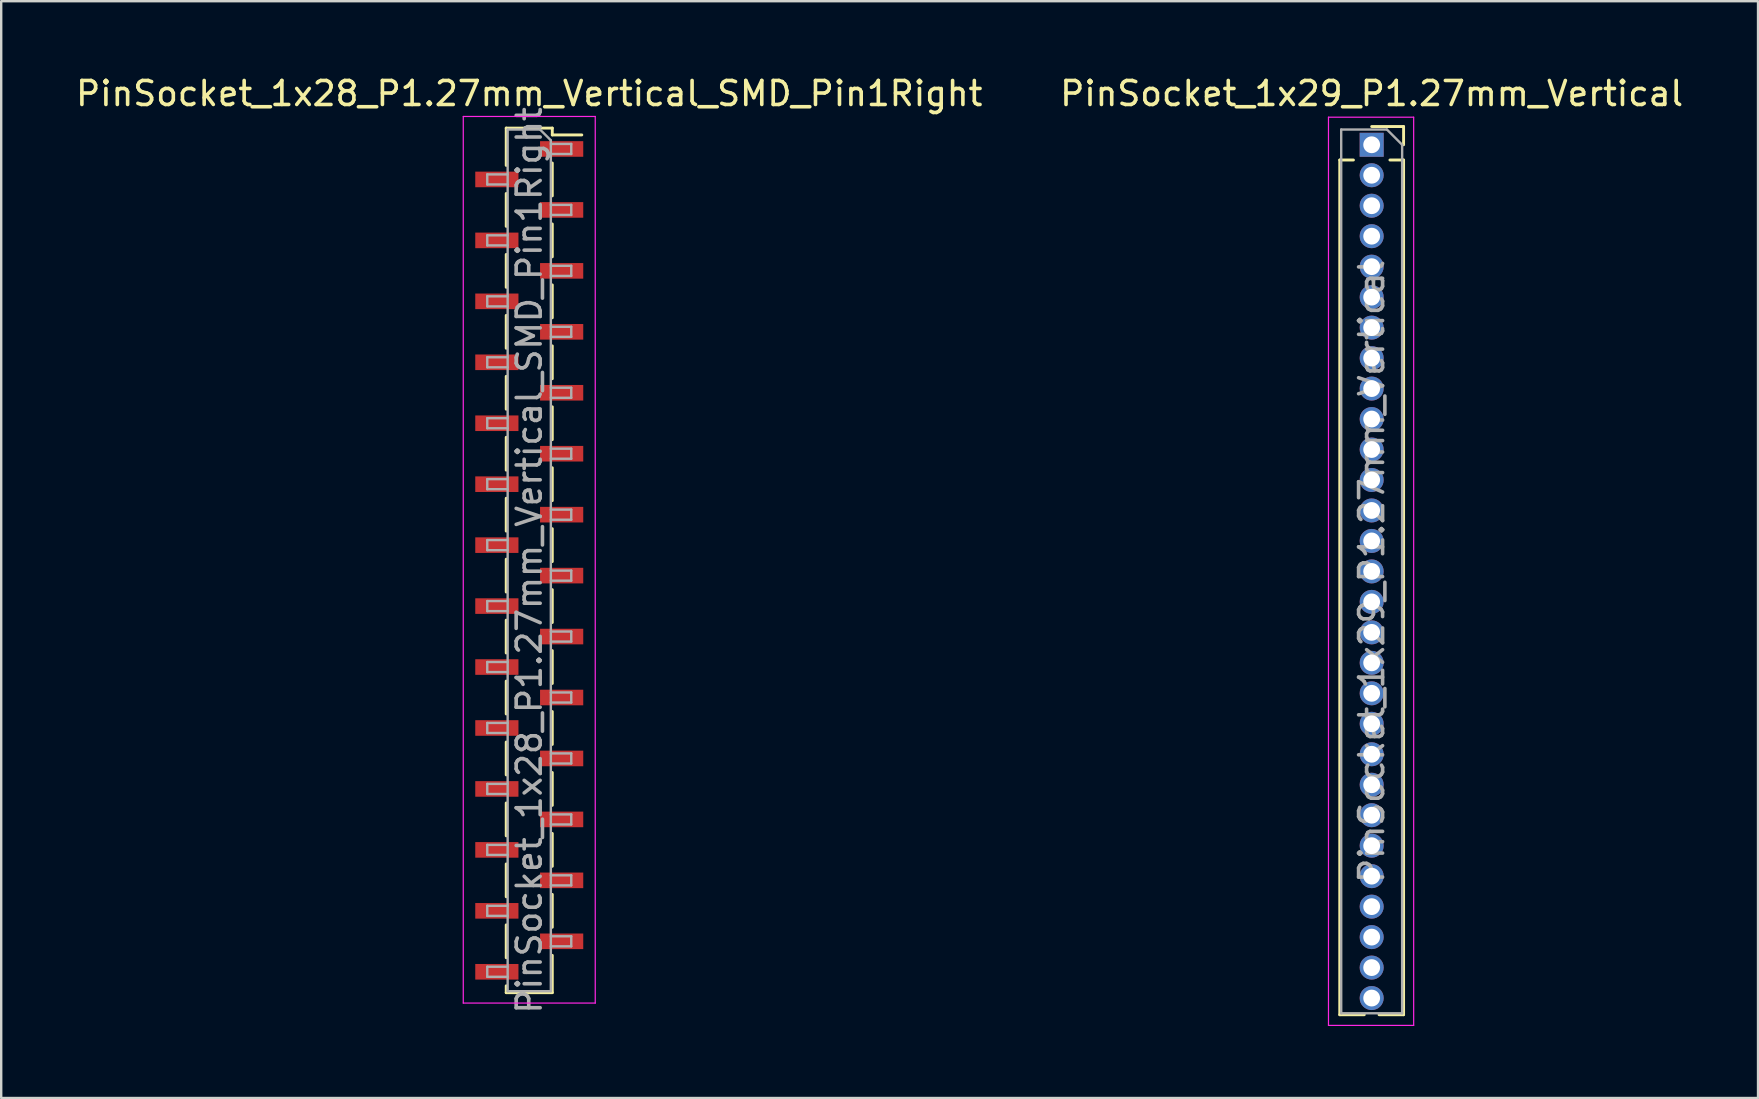
<source format=kicad_pcb>
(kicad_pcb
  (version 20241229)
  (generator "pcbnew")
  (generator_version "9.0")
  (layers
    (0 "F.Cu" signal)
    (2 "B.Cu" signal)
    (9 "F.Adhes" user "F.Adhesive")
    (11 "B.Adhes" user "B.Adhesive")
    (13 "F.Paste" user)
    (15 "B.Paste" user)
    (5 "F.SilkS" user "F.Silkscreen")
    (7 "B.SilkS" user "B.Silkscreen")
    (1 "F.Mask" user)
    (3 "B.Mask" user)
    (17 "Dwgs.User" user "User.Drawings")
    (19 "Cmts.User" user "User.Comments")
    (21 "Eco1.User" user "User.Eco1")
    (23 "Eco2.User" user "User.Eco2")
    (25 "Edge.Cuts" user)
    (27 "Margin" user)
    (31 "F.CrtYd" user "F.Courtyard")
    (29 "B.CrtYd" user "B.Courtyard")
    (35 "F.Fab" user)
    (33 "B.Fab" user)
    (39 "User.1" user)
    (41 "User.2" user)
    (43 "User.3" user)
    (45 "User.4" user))
  (footprint "PinSocket_1x29_P1.27mm_Vertical"
    (layer "F.Cu")
    (at 54.113 2.983)
    (property "Reference" "PinSocket_1x29_P1.27mm_Vertical" (at 0 -2.135 0) (layer "F.SilkS") (effects (font (size 1 1) (thickness 0.15))))
    (attr through_hole)
    (fp_line (start -1.33 0.635) (end -1.33 36.255) (stroke (width 0.12) (type solid)) (layer "F.SilkS"))
    (fp_line (start -1.33 0.635) (end -0.76 0.635) (stroke (width 0.12) (type solid)) (layer "F.SilkS"))
    (fp_line (start -1.33 36.255) (end -0.308 36.255) (stroke (width 0.12) (type solid)) (layer "F.SilkS"))
    (fp_line (start 0 -0.76) (end 1.33 -0.76) (stroke (width 0.12) (type solid)) (layer "F.SilkS"))
    (fp_line (start 0.308 36.255) (end 1.33 36.255) (stroke (width 0.12) (type solid)) (layer "F.SilkS"))
    (fp_line (start 0.76 0.635) (end 1.33 0.635) (stroke (width 0.12) (type solid)) (layer "F.SilkS"))
    (fp_line (start 1.33 -0.76) (end 1.33 0) (stroke (width 0.12) (type solid)) (layer "F.SilkS"))
    (fp_line (start 1.33 0.635) (end 1.33 36.255) (stroke (width 0.12) (type solid)) (layer "F.SilkS"))
    (fp_line (start -1.8 -1.15) (end 1.75 -1.15) (stroke (width 0.05) (type solid)) (layer "F.CrtYd"))
    (fp_line (start -1.8 36.7) (end -1.8 -1.15) (stroke (width 0.05) (type solid)) (layer "F.CrtYd"))
    (fp_line (start 1.75 -1.15) (end 1.75 36.7) (stroke (width 0.05) (type solid)) (layer "F.CrtYd"))
    (fp_line (start 1.75 36.7) (end -1.8 36.7) (stroke (width 0.05) (type solid)) (layer "F.CrtYd"))
    (fp_line (start -1.27 -0.635) (end 0.635 -0.635) (stroke (width 0.1) (type solid)) (layer "F.Fab"))
    (fp_line (start -1.27 36.195) (end -1.27 -0.635) (stroke (width 0.1) (type solid)) (layer "F.Fab"))
    (fp_line (start 0.635 -0.635) (end 1.27 0) (stroke (width 0.1) (type solid)) (layer "F.Fab"))
    (fp_line (start 1.27 0) (end 1.27 36.195) (stroke (width 0.1) (type solid)) (layer "F.Fab"))
    (fp_line (start 1.27 36.195) (end -1.27 36.195) (stroke (width 0.1) (type solid)) (layer "F.Fab"))
    (fp_text user "${REFERENCE}" (at 0 17.78 90) (layer "F.Fab") (effects (font (size 1 1) (thickness 0.15))))
    (pad "1" thru_hole rect (at 0 0) (size 1 1) (drill 0.7) (layers "*.Cu" "*.Mask"))
    (pad "2" thru_hole oval (at 0 1.27) (size 1 1) (drill 0.7) (layers "*.Cu" "*.Mask"))
    (pad "3" thru_hole oval (at 0 2.54) (size 1 1) (drill 0.7) (layers "*.Cu" "*.Mask"))
    (pad "4" thru_hole oval (at 0 3.81) (size 1 1) (drill 0.7) (layers "*.Cu" "*.Mask"))
    (pad "5" thru_hole oval (at 0 5.08) (size 1 1) (drill 0.7) (layers "*.Cu" "*.Mask"))
    (pad "6" thru_hole oval (at 0 6.35) (size 1 1) (drill 0.7) (layers "*.Cu" "*.Mask"))
    (pad "7" thru_hole oval (at 0 7.62) (size 1 1) (drill 0.7) (layers "*.Cu" "*.Mask"))
    (pad "8" thru_hole oval (at 0 8.89) (size 1 1) (drill 0.7) (layers "*.Cu" "*.Mask"))
    (pad "9" thru_hole oval (at 0 10.16) (size 1 1) (drill 0.7) (layers "*.Cu" "*.Mask"))
    (pad "10" thru_hole oval (at 0 11.43) (size 1 1) (drill 0.7) (layers "*.Cu" "*.Mask"))
    (pad "11" thru_hole oval (at 0 12.7) (size 1 1) (drill 0.7) (layers "*.Cu" "*.Mask"))
    (pad "12" thru_hole oval (at 0 13.97) (size 1 1) (drill 0.7) (layers "*.Cu" "*.Mask"))
    (pad "13" thru_hole oval (at 0 15.24) (size 1 1) (drill 0.7) (layers "*.Cu" "*.Mask"))
    (pad "14" thru_hole oval (at 0 16.51) (size 1 1) (drill 0.7) (layers "*.Cu" "*.Mask"))
    (pad "15" thru_hole oval (at 0 17.78) (size 1 1) (drill 0.7) (layers "*.Cu" "*.Mask"))
    (pad "16" thru_hole oval (at 0 19.05) (size 1 1) (drill 0.7) (layers "*.Cu" "*.Mask"))
    (pad "17" thru_hole oval (at 0 20.32) (size 1 1) (drill 0.7) (layers "*.Cu" "*.Mask"))
    (pad "18" thru_hole oval (at 0 21.59) (size 1 1) (drill 0.7) (layers "*.Cu" "*.Mask"))
    (pad "19" thru_hole oval (at 0 22.86) (size 1 1) (drill 0.7) (layers "*.Cu" "*.Mask"))
    (pad "20" thru_hole oval (at 0 24.13) (size 1 1) (drill 0.7) (layers "*.Cu" "*.Mask"))
    (pad "21" thru_hole oval (at 0 25.4) (size 1 1) (drill 0.7) (layers "*.Cu" "*.Mask"))
    (pad "22" thru_hole oval (at 0 26.67) (size 1 1) (drill 0.7) (layers "*.Cu" "*.Mask"))
    (pad "23" thru_hole oval (at 0 27.94) (size 1 1) (drill 0.7) (layers "*.Cu" "*.Mask"))
    (pad "24" thru_hole oval (at 0 29.21) (size 1 1) (drill 0.7) (layers "*.Cu" "*.Mask"))
    (pad "25" thru_hole oval (at 0 30.48) (size 1 1) (drill 0.7) (layers "*.Cu" "*.Mask"))
    (pad "26" thru_hole oval (at 0 31.75) (size 1 1) (drill 0.7) (layers "*.Cu" "*.Mask"))
    (pad "27" thru_hole oval (at 0 33.02) (size 1 1) (drill 0.7) (layers "*.Cu" "*.Mask"))
    (pad "28" thru_hole oval (at 0 34.29) (size 1 1) (drill 0.7) (layers "*.Cu" "*.Mask"))
    (pad "29" thru_hole oval (at 0 35.56) (size 1 1) (drill 0.7) (layers "*.Cu" "*.Mask")))
  (footprint "PinSocket_1x28_P1.27mm_Vertical_SMD_Pin1Right"
    (layer "F.Cu")
    (at 19.006 20.303)
    (property "Reference" "PinSocket_1x28_P1.27mm_Vertical_SMD_Pin1Right" (at 0 -19.455 0) (layer "F.SilkS") (effects (font (size 1 1) (thickness 0.15))))
    (attr smd)
    (fp_line (start -0.96 -18.015) (end -0.96 -16.46) (stroke (width 0.12) (type solid)) (layer "F.SilkS"))
    (fp_line (start -0.96 -18.015) (end 0.96 -18.015) (stroke (width 0.12) (type solid)) (layer "F.SilkS"))
    (fp_line (start -0.96 -15.29) (end -0.96 -13.92) (stroke (width 0.12) (type solid)) (layer "F.SilkS"))
    (fp_line (start -0.96 -12.75) (end -0.96 -11.38) (stroke (width 0.12) (type solid)) (layer "F.SilkS"))
    (fp_line (start -0.96 -10.21) (end -0.96 -8.84) (stroke (width 0.12) (type solid)) (layer "F.SilkS"))
    (fp_line (start -0.96 -7.67) (end -0.96 -6.3) (stroke (width 0.12) (type solid)) (layer "F.SilkS"))
    (fp_line (start -0.96 -5.13) (end -0.96 -3.76) (stroke (width 0.12) (type solid)) (layer "F.SilkS"))
    (fp_line (start -0.96 -2.59) (end -0.96 -1.22) (stroke (width 0.12) (type solid)) (layer "F.SilkS"))
    (fp_line (start -0.96 -0.05) (end -0.96 1.32) (stroke (width 0.12) (type solid)) (layer "F.SilkS"))
    (fp_line (start -0.96 2.49) (end -0.96 3.86) (stroke (width 0.12) (type solid)) (layer "F.SilkS"))
    (fp_line (start -0.96 5.03) (end -0.96 6.4) (stroke (width 0.12) (type solid)) (layer "F.SilkS"))
    (fp_line (start -0.96 7.57) (end -0.96 8.94) (stroke (width 0.12) (type solid)) (layer "F.SilkS"))
    (fp_line (start -0.96 10.11) (end -0.96 11.48) (stroke (width 0.12) (type solid)) (layer "F.SilkS"))
    (fp_line (start -0.96 12.65) (end -0.96 14.02) (stroke (width 0.12) (type solid)) (layer "F.SilkS"))
    (fp_line (start -0.96 15.19) (end -0.96 16.56) (stroke (width 0.12) (type solid)) (layer "F.SilkS"))
    (fp_line (start -0.96 17.73) (end -0.96 18.015) (stroke (width 0.12) (type solid)) (layer "F.SilkS"))
    (fp_line (start -0.96 18.015) (end 0.96 18.015) (stroke (width 0.12) (type solid)) (layer "F.SilkS"))
    (fp_line (start 0.96 -18.015) (end 0.96 -17.73) (stroke (width 0.12) (type solid)) (layer "F.SilkS"))
    (fp_line (start 0.96 -17.73) (end 2.19 -17.73) (stroke (width 0.12) (type solid)) (layer "F.SilkS"))
    (fp_line (start 0.96 -16.56) (end 0.96 -15.19) (stroke (width 0.12) (type solid)) (layer "F.SilkS"))
    (fp_line (start 0.96 -14.02) (end 0.96 -12.65) (stroke (width 0.12) (type solid)) (layer "F.SilkS"))
    (fp_line (start 0.96 -11.48) (end 0.96 -10.11) (stroke (width 0.12) (type solid)) (layer "F.SilkS"))
    (fp_line (start 0.96 -8.94) (end 0.96 -7.57) (stroke (width 0.12) (type solid)) (layer "F.SilkS"))
    (fp_line (start 0.96 -6.4) (end 0.96 -5.03) (stroke (width 0.12) (type solid)) (layer "F.SilkS"))
    (fp_line (start 0.96 -3.86) (end 0.96 -2.49) (stroke (width 0.12) (type solid)) (layer "F.SilkS"))
    (fp_line (start 0.96 -1.32) (end 0.96 0.05) (stroke (width 0.12) (type solid)) (layer "F.SilkS"))
    (fp_line (start 0.96 1.22) (end 0.96 2.59) (stroke (width 0.12) (type solid)) (layer "F.SilkS"))
    (fp_line (start 0.96 3.76) (end 0.96 5.13) (stroke (width 0.12) (type solid)) (layer "F.SilkS"))
    (fp_line (start 0.96 6.3) (end 0.96 7.67) (stroke (width 0.12) (type solid)) (layer "F.SilkS"))
    (fp_line (start 0.96 8.84) (end 0.96 10.21) (stroke (width 0.12) (type solid)) (layer "F.SilkS"))
    (fp_line (start 0.96 11.38) (end 0.96 12.75) (stroke (width 0.12) (type solid)) (layer "F.SilkS"))
    (fp_line (start 0.96 13.92) (end 0.96 15.29) (stroke (width 0.12) (type solid)) (layer "F.SilkS"))
    (fp_line (start 0.96 16.46) (end 0.96 18.015) (stroke (width 0.12) (type solid)) (layer "F.SilkS"))
    (fp_line (start -2.75 -18.5) (end 2.75 -18.5) (stroke (width 0.05) (type solid)) (layer "F.CrtYd"))
    (fp_line (start -2.75 18.45) (end -2.75 -18.5) (stroke (width 0.05) (type solid)) (layer "F.CrtYd"))
    (fp_line (start 2.75 -18.5) (end 2.75 18.45) (stroke (width 0.05) (type solid)) (layer "F.CrtYd"))
    (fp_line (start 2.75 18.45) (end -2.75 18.45) (stroke (width 0.05) (type solid)) (layer "F.CrtYd"))
    (fp_line (start -1.75 -16.085) (end -0.9 -16.085) (stroke (width 0.1) (type solid)) (layer "F.Fab"))
    (fp_line (start -1.75 -15.665) (end -1.75 -16.085) (stroke (width 0.1) (type solid)) (layer "F.Fab"))
    (fp_line (start -1.75 -13.545) (end -0.9 -13.545) (stroke (width 0.1) (type solid)) (layer "F.Fab"))
    (fp_line (start -1.75 -13.125) (end -1.75 -13.545) (stroke (width 0.1) (type solid)) (layer "F.Fab"))
    (fp_line (start -1.75 -11.005) (end -0.9 -11.005) (stroke (width 0.1) (type solid)) (layer "F.Fab"))
    (fp_line (start -1.75 -10.585) (end -1.75 -11.005) (stroke (width 0.1) (type solid)) (layer "F.Fab"))
    (fp_line (start -1.75 -8.465) (end -0.9 -8.465) (stroke (width 0.1) (type solid)) (layer "F.Fab"))
    (fp_line (start -1.75 -8.045) (end -1.75 -8.465) (stroke (width 0.1) (type solid)) (layer "F.Fab"))
    (fp_line (start -1.75 -5.925) (end -0.9 -5.925) (stroke (width 0.1) (type solid)) (layer "F.Fab"))
    (fp_line (start -1.75 -5.505) (end -1.75 -5.925) (stroke (width 0.1) (type solid)) (layer "F.Fab"))
    (fp_line (start -1.75 -3.385) (end -0.9 -3.385) (stroke (width 0.1) (type solid)) (layer "F.Fab"))
    (fp_line (start -1.75 -2.965) (end -1.75 -3.385) (stroke (width 0.1) (type solid)) (layer "F.Fab"))
    (fp_line (start -1.75 -0.845) (end -0.9 -0.845) (stroke (width 0.1) (type solid)) (layer "F.Fab"))
    (fp_line (start -1.75 -0.425) (end -1.75 -0.845) (stroke (width 0.1) (type solid)) (layer "F.Fab"))
    (fp_line (start -1.75 1.695) (end -0.9 1.695) (stroke (width 0.1) (type solid)) (layer "F.Fab"))
    (fp_line (start -1.75 2.115) (end -1.75 1.695) (stroke (width 0.1) (type solid)) (layer "F.Fab"))
    (fp_line (start -1.75 4.235) (end -0.9 4.235) (stroke (width 0.1) (type solid)) (layer "F.Fab"))
    (fp_line (start -1.75 4.655) (end -1.75 4.235) (stroke (width 0.1) (type solid)) (layer "F.Fab"))
    (fp_line (start -1.75 6.775) (end -0.9 6.775) (stroke (width 0.1) (type solid)) (layer "F.Fab"))
    (fp_line (start -1.75 7.195) (end -1.75 6.775) (stroke (width 0.1) (type solid)) (layer "F.Fab"))
    (fp_line (start -1.75 9.315) (end -0.9 9.315) (stroke (width 0.1) (type solid)) (layer "F.Fab"))
    (fp_line (start -1.75 9.735) (end -1.75 9.315) (stroke (width 0.1) (type solid)) (layer "F.Fab"))
    (fp_line (start -1.75 11.855) (end -0.9 11.855) (stroke (width 0.1) (type solid)) (layer "F.Fab"))
    (fp_line (start -1.75 12.275) (end -1.75 11.855) (stroke (width 0.1) (type solid)) (layer "F.Fab"))
    (fp_line (start -1.75 14.395) (end -0.9 14.395) (stroke (width 0.1) (type solid)) (layer "F.Fab"))
    (fp_line (start -1.75 14.815) (end -1.75 14.395) (stroke (width 0.1) (type solid)) (layer "F.Fab"))
    (fp_line (start -1.75 16.935) (end -0.9 16.935) (stroke (width 0.1) (type solid)) (layer "F.Fab"))
    (fp_line (start -1.75 17.355) (end -1.75 16.935) (stroke (width 0.1) (type solid)) (layer "F.Fab"))
    (fp_line (start -0.9 -17.955) (end 0.45 -17.955) (stroke (width 0.1) (type solid)) (layer "F.Fab"))
    (fp_line (start -0.9 -15.665) (end -1.75 -15.665) (stroke (width 0.1) (type solid)) (layer "F.Fab"))
    (fp_line (start -0.9 -13.125) (end -1.75 -13.125) (stroke (width 0.1) (type solid)) (layer "F.Fab"))
    (fp_line (start -0.9 -10.585) (end -1.75 -10.585) (stroke (width 0.1) (type solid)) (layer "F.Fab"))
    (fp_line (start -0.9 -8.045) (end -1.75 -8.045) (stroke (width 0.1) (type solid)) (layer "F.Fab"))
    (fp_line (start -0.9 -5.505) (end -1.75 -5.505) (stroke (width 0.1) (type solid)) (layer "F.Fab"))
    (fp_line (start -0.9 -2.965) (end -1.75 -2.965) (stroke (width 0.1) (type solid)) (layer "F.Fab"))
    (fp_line (start -0.9 -0.425) (end -1.75 -0.425) (stroke (width 0.1) (type solid)) (layer "F.Fab"))
    (fp_line (start -0.9 2.115) (end -1.75 2.115) (stroke (width 0.1) (type solid)) (layer "F.Fab"))
    (fp_line (start -0.9 4.655) (end -1.75 4.655) (stroke (width 0.1) (type solid)) (layer "F.Fab"))
    (fp_line (start -0.9 7.195) (end -1.75 7.195) (stroke (width 0.1) (type solid)) (layer "F.Fab"))
    (fp_line (start -0.9 9.735) (end -1.75 9.735) (stroke (width 0.1) (type solid)) (layer "F.Fab"))
    (fp_line (start -0.9 12.275) (end -1.75 12.275) (stroke (width 0.1) (type solid)) (layer "F.Fab"))
    (fp_line (start -0.9 14.815) (end -1.75 14.815) (stroke (width 0.1) (type solid)) (layer "F.Fab"))
    (fp_line (start -0.9 17.355) (end -1.75 17.355) (stroke (width 0.1) (type solid)) (layer "F.Fab"))
    (fp_line (start -0.9 17.955) (end -0.9 -17.955) (stroke (width 0.1) (type solid)) (layer "F.Fab"))
    (fp_line (start 0.45 -17.955) (end 0.9 -17.505) (stroke (width 0.1) (type solid)) (layer "F.Fab"))
    (fp_line (start 0.9 -17.505) (end 0.9 17.955) (stroke (width 0.1) (type solid)) (layer "F.Fab"))
    (fp_line (start 0.9 -17.355) (end 1.75 -17.355) (stroke (width 0.1) (type solid)) (layer "F.Fab"))
    (fp_line (start 0.9 -14.815) (end 1.75 -14.815) (stroke (width 0.1) (type solid)) (layer "F.Fab"))
    (fp_line (start 0.9 -12.275) (end 1.75 -12.275) (stroke (width 0.1) (type solid)) (layer "F.Fab"))
    (fp_line (start 0.9 -9.735) (end 1.75 -9.735) (stroke (width 0.1) (type solid)) (layer "F.Fab"))
    (fp_line (start 0.9 -7.195) (end 1.75 -7.195) (stroke (width 0.1) (type solid)) (layer "F.Fab"))
    (fp_line (start 0.9 -4.655) (end 1.75 -4.655) (stroke (width 0.1) (type solid)) (layer "F.Fab"))
    (fp_line (start 0.9 -2.115) (end 1.75 -2.115) (stroke (width 0.1) (type solid)) (layer "F.Fab"))
    (fp_line (start 0.9 0.425) (end 1.75 0.425) (stroke (width 0.1) (type solid)) (layer "F.Fab"))
    (fp_line (start 0.9 2.965) (end 1.75 2.965) (stroke (width 0.1) (type solid)) (layer "F.Fab"))
    (fp_line (start 0.9 5.505) (end 1.75 5.505) (stroke (width 0.1) (type solid)) (layer "F.Fab"))
    (fp_line (start 0.9 8.045) (end 1.75 8.045) (stroke (width 0.1) (type solid)) (layer "F.Fab"))
    (fp_line (start 0.9 10.585) (end 1.75 10.585) (stroke (width 0.1) (type solid)) (layer "F.Fab"))
    (fp_line (start 0.9 13.125) (end 1.75 13.125) (stroke (width 0.1) (type solid)) (layer "F.Fab"))
    (fp_line (start 0.9 15.665) (end 1.75 15.665) (stroke (width 0.1) (type solid)) (layer "F.Fab"))
    (fp_line (start 0.9 17.955) (end -0.9 17.955) (stroke (width 0.1) (type solid)) (layer "F.Fab"))
    (fp_line (start 1.75 -17.355) (end 1.75 -16.935) (stroke (width 0.1) (type solid)) (layer "F.Fab"))
    (fp_line (start 1.75 -16.935) (end 0.9 -16.935) (stroke (width 0.1) (type solid)) (layer "F.Fab"))
    (fp_line (start 1.75 -14.815) (end 1.75 -14.395) (stroke (width 0.1) (type solid)) (layer "F.Fab"))
    (fp_line (start 1.75 -14.395) (end 0.9 -14.395) (stroke (width 0.1) (type solid)) (layer "F.Fab"))
    (fp_line (start 1.75 -12.275) (end 1.75 -11.855) (stroke (width 0.1) (type solid)) (layer "F.Fab"))
    (fp_line (start 1.75 -11.855) (end 0.9 -11.855) (stroke (width 0.1) (type solid)) (layer "F.Fab"))
    (fp_line (start 1.75 -9.735) (end 1.75 -9.315) (stroke (width 0.1) (type solid)) (layer "F.Fab"))
    (fp_line (start 1.75 -9.315) (end 0.9 -9.315) (stroke (width 0.1) (type solid)) (layer "F.Fab"))
    (fp_line (start 1.75 -7.195) (end 1.75 -6.775) (stroke (width 0.1) (type solid)) (layer "F.Fab"))
    (fp_line (start 1.75 -6.775) (end 0.9 -6.775) (stroke (width 0.1) (type solid)) (layer "F.Fab"))
    (fp_line (start 1.75 -4.655) (end 1.75 -4.235) (stroke (width 0.1) (type solid)) (layer "F.Fab"))
    (fp_line (start 1.75 -4.235) (end 0.9 -4.235) (stroke (width 0.1) (type solid)) (layer "F.Fab"))
    (fp_line (start 1.75 -2.115) (end 1.75 -1.695) (stroke (width 0.1) (type solid)) (layer "F.Fab"))
    (fp_line (start 1.75 -1.695) (end 0.9 -1.695) (stroke (width 0.1) (type solid)) (layer "F.Fab"))
    (fp_line (start 1.75 0.425) (end 1.75 0.845) (stroke (width 0.1) (type solid)) (layer "F.Fab"))
    (fp_line (start 1.75 0.845) (end 0.9 0.845) (stroke (width 0.1) (type solid)) (layer "F.Fab"))
    (fp_line (start 1.75 2.965) (end 1.75 3.385) (stroke (width 0.1) (type solid)) (layer "F.Fab"))
    (fp_line (start 1.75 3.385) (end 0.9 3.385) (stroke (width 0.1) (type solid)) (layer "F.Fab"))
    (fp_line (start 1.75 5.505) (end 1.75 5.925) (stroke (width 0.1) (type solid)) (layer "F.Fab"))
    (fp_line (start 1.75 5.925) (end 0.9 5.925) (stroke (width 0.1) (type solid)) (layer "F.Fab"))
    (fp_line (start 1.75 8.045) (end 1.75 8.465) (stroke (width 0.1) (type solid)) (layer "F.Fab"))
    (fp_line (start 1.75 8.465) (end 0.9 8.465) (stroke (width 0.1) (type solid)) (layer "F.Fab"))
    (fp_line (start 1.75 10.585) (end 1.75 11.005) (stroke (width 0.1) (type solid)) (layer "F.Fab"))
    (fp_line (start 1.75 11.005) (end 0.9 11.005) (stroke (width 0.1) (type solid)) (layer "F.Fab"))
    (fp_line (start 1.75 13.125) (end 1.75 13.545) (stroke (width 0.1) (type solid)) (layer "F.Fab"))
    (fp_line (start 1.75 13.545) (end 0.9 13.545) (stroke (width 0.1) (type solid)) (layer "F.Fab"))
    (fp_line (start 1.75 15.665) (end 1.75 16.085) (stroke (width 0.1) (type solid)) (layer "F.Fab"))
    (fp_line (start 1.75 16.085) (end 0.9 16.085) (stroke (width 0.1) (type solid)) (layer "F.Fab"))
    (fp_text user "${REFERENCE}" (at 0 0 90) (layer "F.Fab") (effects (font (size 1 1) (thickness 0.15))))
    (pad "1" smd rect (at 1.35 -17.145) (size 1.8 0.65) (layers "F.Cu" "F.Mask" "F.Paste"))
    (pad "2" smd rect (at -1.35 -15.875) (size 1.8 0.65) (layers "F.Cu" "F.Mask" "F.Paste"))
    (pad "3" smd rect (at 1.35 -14.605) (size 1.8 0.65) (layers "F.Cu" "F.Mask" "F.Paste"))
    (pad "4" smd rect (at -1.35 -13.335) (size 1.8 0.65) (layers "F.Cu" "F.Mask" "F.Paste"))
    (pad "5" smd rect (at 1.35 -12.065) (size 1.8 0.65) (layers "F.Cu" "F.Mask" "F.Paste"))
    (pad "6" smd rect (at -1.35 -10.795) (size 1.8 0.65) (layers "F.Cu" "F.Mask" "F.Paste"))
    (pad "7" smd rect (at 1.35 -9.525) (size 1.8 0.65) (layers "F.Cu" "F.Mask" "F.Paste"))
    (pad "8" smd rect (at -1.35 -8.255) (size 1.8 0.65) (layers "F.Cu" "F.Mask" "F.Paste"))
    (pad "9" smd rect (at 1.35 -6.985) (size 1.8 0.65) (layers "F.Cu" "F.Mask" "F.Paste"))
    (pad "10" smd rect (at -1.35 -5.715) (size 1.8 0.65) (layers "F.Cu" "F.Mask" "F.Paste"))
    (pad "11" smd rect (at 1.35 -4.445) (size 1.8 0.65) (layers "F.Cu" "F.Mask" "F.Paste"))
    (pad "12" smd rect (at -1.35 -3.175) (size 1.8 0.65) (layers "F.Cu" "F.Mask" "F.Paste"))
    (pad "13" smd rect (at 1.35 -1.905) (size 1.8 0.65) (layers "F.Cu" "F.Mask" "F.Paste"))
    (pad "14" smd rect (at -1.35 -0.635) (size 1.8 0.65) (layers "F.Cu" "F.Mask" "F.Paste"))
    (pad "15" smd rect (at 1.35 0.635) (size 1.8 0.65) (layers "F.Cu" "F.Mask" "F.Paste"))
    (pad "16" smd rect (at -1.35 1.905) (size 1.8 0.65) (layers "F.Cu" "F.Mask" "F.Paste"))
    (pad "17" smd rect (at 1.35 3.175) (size 1.8 0.65) (layers "F.Cu" "F.Mask" "F.Paste"))
    (pad "18" smd rect (at -1.35 4.445) (size 1.8 0.65) (layers "F.Cu" "F.Mask" "F.Paste"))
    (pad "19" smd rect (at 1.35 5.715) (size 1.8 0.65) (layers "F.Cu" "F.Mask" "F.Paste"))
    (pad "20" smd rect (at -1.35 6.985) (size 1.8 0.65) (layers "F.Cu" "F.Mask" "F.Paste"))
    (pad "21" smd rect (at 1.35 8.255) (size 1.8 0.65) (layers "F.Cu" "F.Mask" "F.Paste"))
    (pad "22" smd rect (at -1.35 9.525) (size 1.8 0.65) (layers "F.Cu" "F.Mask" "F.Paste"))
    (pad "23" smd rect (at 1.35 10.795) (size 1.8 0.65) (layers "F.Cu" "F.Mask" "F.Paste"))
    (pad "24" smd rect (at -1.35 12.065) (size 1.8 0.65) (layers "F.Cu" "F.Mask" "F.Paste"))
    (pad "25" smd rect (at 1.35 13.335) (size 1.8 0.65) (layers "F.Cu" "F.Mask" "F.Paste"))
    (pad "26" smd rect (at -1.35 14.605) (size 1.8 0.65) (layers "F.Cu" "F.Mask" "F.Paste"))
    (pad "27" smd rect (at 1.35 15.875) (size 1.8 0.65) (layers "F.Cu" "F.Mask" "F.Paste"))
    (pad "28" smd rect (at -1.35 17.145) (size 1.8 0.65) (layers "F.Cu" "F.Mask" "F.Paste")))
  (gr_rect
    (start -3 -3)
    (end 70.214 42.708)
    (stroke (width 0.1) (type default))
    (fill no)
    (layer "Edge.Cuts")))
</source>
